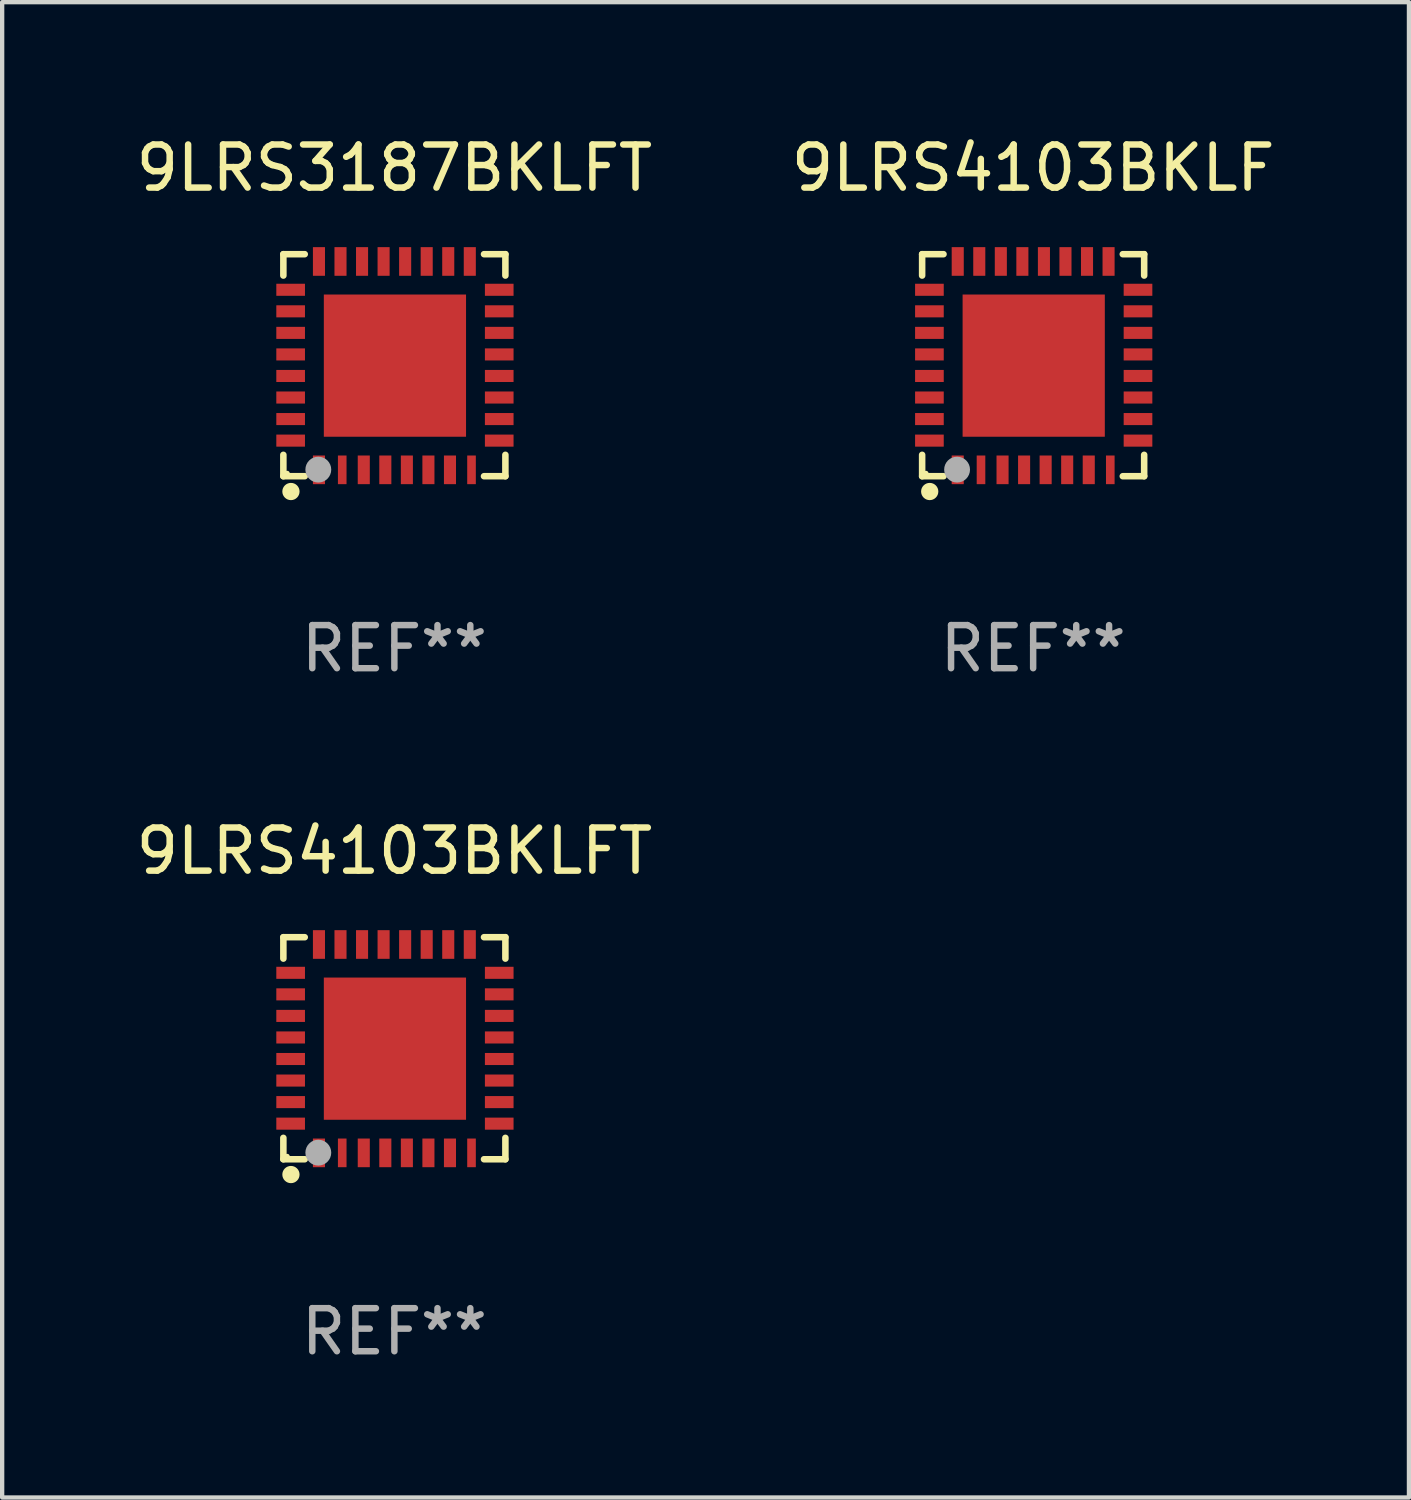
<source format=kicad_pcb>
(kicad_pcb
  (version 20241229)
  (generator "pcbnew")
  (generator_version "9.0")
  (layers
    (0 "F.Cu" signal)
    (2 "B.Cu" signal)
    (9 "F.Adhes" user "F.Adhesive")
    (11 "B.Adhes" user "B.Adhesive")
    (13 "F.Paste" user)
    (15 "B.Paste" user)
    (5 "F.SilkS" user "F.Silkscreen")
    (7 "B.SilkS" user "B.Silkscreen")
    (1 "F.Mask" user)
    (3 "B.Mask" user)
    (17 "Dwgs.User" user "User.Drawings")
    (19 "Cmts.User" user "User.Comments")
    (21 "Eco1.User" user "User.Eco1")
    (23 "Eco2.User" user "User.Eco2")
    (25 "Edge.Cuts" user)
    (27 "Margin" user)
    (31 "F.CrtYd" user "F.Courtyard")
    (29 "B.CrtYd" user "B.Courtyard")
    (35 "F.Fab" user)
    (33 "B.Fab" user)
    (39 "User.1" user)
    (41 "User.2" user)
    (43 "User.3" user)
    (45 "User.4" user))
  (footprint "9LRS4103BKLFT"
    (layer "F.Cu")
    (at 6.101 21.273)
    (property "Reference" "9LRS4103BKLFT" (at 0 -4.576 0) (layer "F.SilkS") (effects (font (size 1 1) (thickness 0.15))))
    (attr through_hole)
    (fp_line (start -2.576 -2.576) (end -2.576 -2.08) (stroke (width 0.152) (type solid)) (layer "F.SilkS"))
    (fp_line (start -2.576 2.576) (end -2.576 2.08) (stroke (width 0.152) (type solid)) (layer "F.SilkS"))
    (fp_line (start -2.08 -2.576) (end -2.576 -2.576) (stroke (width 0.152) (type solid)) (layer "F.SilkS"))
    (fp_line (start -2.08 2.576) (end -2.576 2.576) (stroke (width 0.152) (type solid)) (layer "F.SilkS"))
    (fp_line (start 2.08 -2.576) (end 2.576 -2.576) (stroke (width 0.152) (type solid)) (layer "F.SilkS"))
    (fp_line (start 2.08 2.576) (end 2.576 2.576) (stroke (width 0.152) (type solid)) (layer "F.SilkS"))
    (fp_line (start 2.576 -2.576) (end 2.576 -2.08) (stroke (width 0.152) (type solid)) (layer "F.SilkS"))
    (fp_line (start 2.576 2.576) (end 2.576 2.08) (stroke (width 0.152) (type solid)) (layer "F.SilkS"))
    (fp_circle (center -2.487 2.51) (end -2.457 2.51) (stroke (width 0.06) (type solid)) (fill no) (layer "F.SilkS"))
    (fp_circle (center -2.4 2.931) (end -2.3 2.931) (stroke (width 0.2) (type solid)) (fill no) (layer "F.SilkS"))
    (fp_circle (center -1.765 2.423) (end -1.615 2.423) (stroke (width 0.3) (type solid)) (fill no) (layer "F.Fab"))
    (fp_text user "REF**" (at 0 6.576 0) (layer "F.Fab") (effects (font (size 1 1) (thickness 0.15))))
    (pad "1" smd rect (at -1.75 2.428) (size 0.28 0.665) (layers "F.Cu" "F.Mask" "F.Paste"))
    (pad "2" smd rect (at -1.21 2.428) (size 0.2 0.665) (layers "F.Cu" "F.Mask" "F.Paste"))
    (pad "3" smd rect (at -0.71 2.428) (size 0.28 0.665) (layers "F.Cu" "F.Mask" "F.Paste"))
    (pad "4" smd rect (at -0.21 2.428) (size 0.28 0.665) (layers "F.Cu" "F.Mask" "F.Paste"))
    (pad "5" smd rect (at 0.29 2.428) (size 0.28 0.665) (layers "F.Cu" "F.Mask" "F.Paste"))
    (pad "6" smd rect (at 0.79 2.428) (size 0.28 0.665) (layers "F.Cu" "F.Mask" "F.Paste"))
    (pad "7" smd rect (at 1.29 2.428) (size 0.28 0.665) (layers "F.Cu" "F.Mask" "F.Paste"))
    (pad "8" smd rect (at 1.79 2.428) (size 0.2 0.665) (layers "F.Cu" "F.Mask" "F.Paste"))
    (pad "9" smd rect (at 2.433 1.75) (size 0.665 0.28) (layers "F.Cu" "F.Mask" "F.Paste"))
    (pad "10" smd rect (at 2.433 1.25) (size 0.665 0.28) (layers "F.Cu" "F.Mask" "F.Paste"))
    (pad "11" smd rect (at 2.433 0.75) (size 0.665 0.28) (layers "F.Cu" "F.Mask" "F.Paste"))
    (pad "12" smd rect (at 2.433 0.25) (size 0.665 0.28) (layers "F.Cu" "F.Mask" "F.Paste"))
    (pad "13" smd rect (at 2.433 -0.25) (size 0.665 0.28) (layers "F.Cu" "F.Mask" "F.Paste"))
    (pad "14" smd rect (at 2.433 -0.75) (size 0.665 0.28) (layers "F.Cu" "F.Mask" "F.Paste"))
    (pad "15" smd rect (at 2.433 -1.25) (size 0.665 0.28) (layers "F.Cu" "F.Mask" "F.Paste"))
    (pad "16" smd rect (at 2.433 -1.75) (size 0.665 0.28) (layers "F.Cu" "F.Mask" "F.Paste"))
    (pad "17" smd rect (at 1.75 -2.407) (size 0.28 0.665) (layers "F.Cu" "F.Mask" "F.Paste"))
    (pad "18" smd rect (at 1.25 -2.407) (size 0.28 0.665) (layers "F.Cu" "F.Mask" "F.Paste"))
    (pad "19" smd rect (at 0.75 -2.407) (size 0.28 0.665) (layers "F.Cu" "F.Mask" "F.Paste"))
    (pad "20" smd rect (at 0.25 -2.407) (size 0.28 0.665) (layers "F.Cu" "F.Mask" "F.Paste"))
    (pad "21" smd rect (at -0.25 -2.407) (size 0.28 0.665) (layers "F.Cu" "F.Mask" "F.Paste"))
    (pad "22" smd rect (at -0.75 -2.407) (size 0.28 0.665) (layers "F.Cu" "F.Mask" "F.Paste"))
    (pad "23" smd rect (at -1.25 -2.407) (size 0.28 0.665) (layers "F.Cu" "F.Mask" "F.Paste"))
    (pad "24" smd rect (at -1.75 -2.407) (size 0.28 0.665) (layers "F.Cu" "F.Mask" "F.Paste"))
    (pad "25" smd rect (at -2.407 -1.75) (size 0.665 0.28) (layers "F.Cu" "F.Mask" "F.Paste"))
    (pad "26" smd rect (at -2.407 -1.25) (size 0.665 0.28) (layers "F.Cu" "F.Mask" "F.Paste"))
    (pad "27" smd rect (at -2.407 -0.75) (size 0.665 0.28) (layers "F.Cu" "F.Mask" "F.Paste"))
    (pad "28" smd rect (at -2.407 -0.25) (size 0.665 0.28) (layers "F.Cu" "F.Mask" "F.Paste"))
    (pad "29" smd rect (at -2.407 0.25) (size 0.665 0.28) (layers "F.Cu" "F.Mask" "F.Paste"))
    (pad "30" smd rect (at -2.407 0.75) (size 0.665 0.28) (layers "F.Cu" "F.Mask" "F.Paste"))
    (pad "31" smd rect (at -2.407 1.25) (size 0.665 0.28) (layers "F.Cu" "F.Mask" "F.Paste"))
    (pad "32" smd rect (at -2.407 1.75) (size 0.665 0.28) (layers "F.Cu" "F.Mask" "F.Paste"))
    (pad "33" smd rect (at 0.013 0.01) (size 3.3 3.3) (layers "F.Cu" "F.Mask" "F.Paste")))
  (footprint "9LRS3187BKLFT"
    (layer "F.Cu")
    (at 6.101 5.424)
    (property "Reference" "9LRS3187BKLFT" (at 0 -4.576 0) (layer "F.SilkS") (effects (font (size 1 1) (thickness 0.15))))
    (attr through_hole)
    (fp_line (start -2.576 -2.576) (end -2.576 -2.08) (stroke (width 0.152) (type solid)) (layer "F.SilkS"))
    (fp_line (start -2.576 2.576) (end -2.576 2.08) (stroke (width 0.152) (type solid)) (layer "F.SilkS"))
    (fp_line (start -2.08 -2.576) (end -2.576 -2.576) (stroke (width 0.152) (type solid)) (layer "F.SilkS"))
    (fp_line (start -2.08 2.576) (end -2.576 2.576) (stroke (width 0.152) (type solid)) (layer "F.SilkS"))
    (fp_line (start 2.08 -2.576) (end 2.576 -2.576) (stroke (width 0.152) (type solid)) (layer "F.SilkS"))
    (fp_line (start 2.08 2.576) (end 2.576 2.576) (stroke (width 0.152) (type solid)) (layer "F.SilkS"))
    (fp_line (start 2.576 -2.576) (end 2.576 -2.08) (stroke (width 0.152) (type solid)) (layer "F.SilkS"))
    (fp_line (start 2.576 2.576) (end 2.576 2.08) (stroke (width 0.152) (type solid)) (layer "F.SilkS"))
    (fp_circle (center -2.487 2.51) (end -2.457 2.51) (stroke (width 0.06) (type solid)) (fill no) (layer "F.SilkS"))
    (fp_circle (center -2.4 2.931) (end -2.3 2.931) (stroke (width 0.2) (type solid)) (fill no) (layer "F.SilkS"))
    (fp_circle (center -1.765 2.423) (end -1.615 2.423) (stroke (width 0.3) (type solid)) (fill no) (layer "F.Fab"))
    (fp_text user "REF**" (at 0 6.576 0) (layer "F.Fab") (effects (font (size 1 1) (thickness 0.15))))
    (pad "1" smd rect (at -1.75 2.428) (size 0.28 0.665) (layers "F.Cu" "F.Mask" "F.Paste"))
    (pad "2" smd rect (at -1.21 2.428) (size 0.2 0.665) (layers "F.Cu" "F.Mask" "F.Paste"))
    (pad "3" smd rect (at -0.71 2.428) (size 0.28 0.665) (layers "F.Cu" "F.Mask" "F.Paste"))
    (pad "4" smd rect (at -0.21 2.428) (size 0.28 0.665) (layers "F.Cu" "F.Mask" "F.Paste"))
    (pad "5" smd rect (at 0.29 2.428) (size 0.28 0.665) (layers "F.Cu" "F.Mask" "F.Paste"))
    (pad "6" smd rect (at 0.79 2.428) (size 0.28 0.665) (layers "F.Cu" "F.Mask" "F.Paste"))
    (pad "7" smd rect (at 1.29 2.428) (size 0.28 0.665) (layers "F.Cu" "F.Mask" "F.Paste"))
    (pad "8" smd rect (at 1.79 2.428) (size 0.2 0.665) (layers "F.Cu" "F.Mask" "F.Paste"))
    (pad "9" smd rect (at 2.433 1.75) (size 0.665 0.28) (layers "F.Cu" "F.Mask" "F.Paste"))
    (pad "10" smd rect (at 2.433 1.25) (size 0.665 0.28) (layers "F.Cu" "F.Mask" "F.Paste"))
    (pad "11" smd rect (at 2.433 0.75) (size 0.665 0.28) (layers "F.Cu" "F.Mask" "F.Paste"))
    (pad "12" smd rect (at 2.433 0.25) (size 0.665 0.28) (layers "F.Cu" "F.Mask" "F.Paste"))
    (pad "13" smd rect (at 2.433 -0.25) (size 0.665 0.28) (layers "F.Cu" "F.Mask" "F.Paste"))
    (pad "14" smd rect (at 2.433 -0.75) (size 0.665 0.28) (layers "F.Cu" "F.Mask" "F.Paste"))
    (pad "15" smd rect (at 2.433 -1.25) (size 0.665 0.28) (layers "F.Cu" "F.Mask" "F.Paste"))
    (pad "16" smd rect (at 2.433 -1.75) (size 0.665 0.28) (layers "F.Cu" "F.Mask" "F.Paste"))
    (pad "17" smd rect (at 1.75 -2.407) (size 0.28 0.665) (layers "F.Cu" "F.Mask" "F.Paste"))
    (pad "18" smd rect (at 1.25 -2.407) (size 0.28 0.665) (layers "F.Cu" "F.Mask" "F.Paste"))
    (pad "19" smd rect (at 0.75 -2.407) (size 0.28 0.665) (layers "F.Cu" "F.Mask" "F.Paste"))
    (pad "20" smd rect (at 0.25 -2.407) (size 0.28 0.665) (layers "F.Cu" "F.Mask" "F.Paste"))
    (pad "21" smd rect (at -0.25 -2.407) (size 0.28 0.665) (layers "F.Cu" "F.Mask" "F.Paste"))
    (pad "22" smd rect (at -0.75 -2.407) (size 0.28 0.665) (layers "F.Cu" "F.Mask" "F.Paste"))
    (pad "23" smd rect (at -1.25 -2.407) (size 0.28 0.665) (layers "F.Cu" "F.Mask" "F.Paste"))
    (pad "24" smd rect (at -1.75 -2.407) (size 0.28 0.665) (layers "F.Cu" "F.Mask" "F.Paste"))
    (pad "25" smd rect (at -2.407 -1.75) (size 0.665 0.28) (layers "F.Cu" "F.Mask" "F.Paste"))
    (pad "26" smd rect (at -2.407 -1.25) (size 0.665 0.28) (layers "F.Cu" "F.Mask" "F.Paste"))
    (pad "27" smd rect (at -2.407 -0.75) (size 0.665 0.28) (layers "F.Cu" "F.Mask" "F.Paste"))
    (pad "28" smd rect (at -2.407 -0.25) (size 0.665 0.28) (layers "F.Cu" "F.Mask" "F.Paste"))
    (pad "29" smd rect (at -2.407 0.25) (size 0.665 0.28) (layers "F.Cu" "F.Mask" "F.Paste"))
    (pad "30" smd rect (at -2.407 0.75) (size 0.665 0.28) (layers "F.Cu" "F.Mask" "F.Paste"))
    (pad "31" smd rect (at -2.407 1.25) (size 0.665 0.28) (layers "F.Cu" "F.Mask" "F.Paste"))
    (pad "32" smd rect (at -2.407 1.75) (size 0.665 0.28) (layers "F.Cu" "F.Mask" "F.Paste"))
    (pad "33" smd rect (at 0.013 0.01) (size 3.3 3.3) (layers "F.Cu" "F.Mask" "F.Paste")))
  (footprint "9LRS4103BKLF"
    (layer "F.Cu")
    (at 20.923 5.424)
    (property "Reference" "9LRS4103BKLF" (at 0 -4.576 0) (layer "F.SilkS") (effects (font (size 1 1) (thickness 0.15))))
    (attr through_hole)
    (fp_line (start -2.576 -2.576) (end -2.576 -2.08) (stroke (width 0.152) (type solid)) (layer "F.SilkS"))
    (fp_line (start -2.576 2.576) (end -2.576 2.08) (stroke (width 0.152) (type solid)) (layer "F.SilkS"))
    (fp_line (start -2.08 -2.576) (end -2.576 -2.576) (stroke (width 0.152) (type solid)) (layer "F.SilkS"))
    (fp_line (start -2.08 2.576) (end -2.576 2.576) (stroke (width 0.152) (type solid)) (layer "F.SilkS"))
    (fp_line (start 2.08 -2.576) (end 2.576 -2.576) (stroke (width 0.152) (type solid)) (layer "F.SilkS"))
    (fp_line (start 2.08 2.576) (end 2.576 2.576) (stroke (width 0.152) (type solid)) (layer "F.SilkS"))
    (fp_line (start 2.576 -2.576) (end 2.576 -2.08) (stroke (width 0.152) (type solid)) (layer "F.SilkS"))
    (fp_line (start 2.576 2.576) (end 2.576 2.08) (stroke (width 0.152) (type solid)) (layer "F.SilkS"))
    (fp_circle (center -2.487 2.51) (end -2.457 2.51) (stroke (width 0.06) (type solid)) (fill no) (layer "F.SilkS"))
    (fp_circle (center -2.4 2.931) (end -2.3 2.931) (stroke (width 0.2) (type solid)) (fill no) (layer "F.SilkS"))
    (fp_circle (center -1.765 2.423) (end -1.615 2.423) (stroke (width 0.3) (type solid)) (fill no) (layer "F.Fab"))
    (fp_text user "REF**" (at 0 6.576 0) (layer "F.Fab") (effects (font (size 1 1) (thickness 0.15))))
    (pad "1" smd rect (at -1.75 2.428) (size 0.28 0.665) (layers "F.Cu" "F.Mask" "F.Paste"))
    (pad "2" smd rect (at -1.21 2.428) (size 0.2 0.665) (layers "F.Cu" "F.Mask" "F.Paste"))
    (pad "3" smd rect (at -0.71 2.428) (size 0.28 0.665) (layers "F.Cu" "F.Mask" "F.Paste"))
    (pad "4" smd rect (at -0.21 2.428) (size 0.28 0.665) (layers "F.Cu" "F.Mask" "F.Paste"))
    (pad "5" smd rect (at 0.29 2.428) (size 0.28 0.665) (layers "F.Cu" "F.Mask" "F.Paste"))
    (pad "6" smd rect (at 0.79 2.428) (size 0.28 0.665) (layers "F.Cu" "F.Mask" "F.Paste"))
    (pad "7" smd rect (at 1.29 2.428) (size 0.28 0.665) (layers "F.Cu" "F.Mask" "F.Paste"))
    (pad "8" smd rect (at 1.79 2.428) (size 0.2 0.665) (layers "F.Cu" "F.Mask" "F.Paste"))
    (pad "9" smd rect (at 2.433 1.75) (size 0.665 0.28) (layers "F.Cu" "F.Mask" "F.Paste"))
    (pad "10" smd rect (at 2.433 1.25) (size 0.665 0.28) (layers "F.Cu" "F.Mask" "F.Paste"))
    (pad "11" smd rect (at 2.433 0.75) (size 0.665 0.28) (layers "F.Cu" "F.Mask" "F.Paste"))
    (pad "12" smd rect (at 2.433 0.25) (size 0.665 0.28) (layers "F.Cu" "F.Mask" "F.Paste"))
    (pad "13" smd rect (at 2.433 -0.25) (size 0.665 0.28) (layers "F.Cu" "F.Mask" "F.Paste"))
    (pad "14" smd rect (at 2.433 -0.75) (size 0.665 0.28) (layers "F.Cu" "F.Mask" "F.Paste"))
    (pad "15" smd rect (at 2.433 -1.25) (size 0.665 0.28) (layers "F.Cu" "F.Mask" "F.Paste"))
    (pad "16" smd rect (at 2.433 -1.75) (size 0.665 0.28) (layers "F.Cu" "F.Mask" "F.Paste"))
    (pad "17" smd rect (at 1.75 -2.407) (size 0.28 0.665) (layers "F.Cu" "F.Mask" "F.Paste"))
    (pad "18" smd rect (at 1.25 -2.407) (size 0.28 0.665) (layers "F.Cu" "F.Mask" "F.Paste"))
    (pad "19" smd rect (at 0.75 -2.407) (size 0.28 0.665) (layers "F.Cu" "F.Mask" "F.Paste"))
    (pad "20" smd rect (at 0.25 -2.407) (size 0.28 0.665) (layers "F.Cu" "F.Mask" "F.Paste"))
    (pad "21" smd rect (at -0.25 -2.407) (size 0.28 0.665) (layers "F.Cu" "F.Mask" "F.Paste"))
    (pad "22" smd rect (at -0.75 -2.407) (size 0.28 0.665) (layers "F.Cu" "F.Mask" "F.Paste"))
    (pad "23" smd rect (at -1.25 -2.407) (size 0.28 0.665) (layers "F.Cu" "F.Mask" "F.Paste"))
    (pad "24" smd rect (at -1.75 -2.407) (size 0.28 0.665) (layers "F.Cu" "F.Mask" "F.Paste"))
    (pad "25" smd rect (at -2.407 -1.75) (size 0.665 0.28) (layers "F.Cu" "F.Mask" "F.Paste"))
    (pad "26" smd rect (at -2.407 -1.25) (size 0.665 0.28) (layers "F.Cu" "F.Mask" "F.Paste"))
    (pad "27" smd rect (at -2.407 -0.75) (size 0.665 0.28) (layers "F.Cu" "F.Mask" "F.Paste"))
    (pad "28" smd rect (at -2.407 -0.25) (size 0.665 0.28) (layers "F.Cu" "F.Mask" "F.Paste"))
    (pad "29" smd rect (at -2.407 0.25) (size 0.665 0.28) (layers "F.Cu" "F.Mask" "F.Paste"))
    (pad "30" smd rect (at -2.407 0.75) (size 0.665 0.28) (layers "F.Cu" "F.Mask" "F.Paste"))
    (pad "31" smd rect (at -2.407 1.25) (size 0.665 0.28) (layers "F.Cu" "F.Mask" "F.Paste"))
    (pad "32" smd rect (at -2.407 1.75) (size 0.665 0.28) (layers "F.Cu" "F.Mask" "F.Paste"))
    (pad "33" smd rect (at 0.013 0.01) (size 3.3 3.3) (layers "F.Cu" "F.Mask" "F.Paste")))
  (gr_rect
    (start -3 -3)
    (end 29.643 31.698)
    (stroke (width 0.1) (type default))
    (fill no)
    (layer "Edge.Cuts")))
</source>
